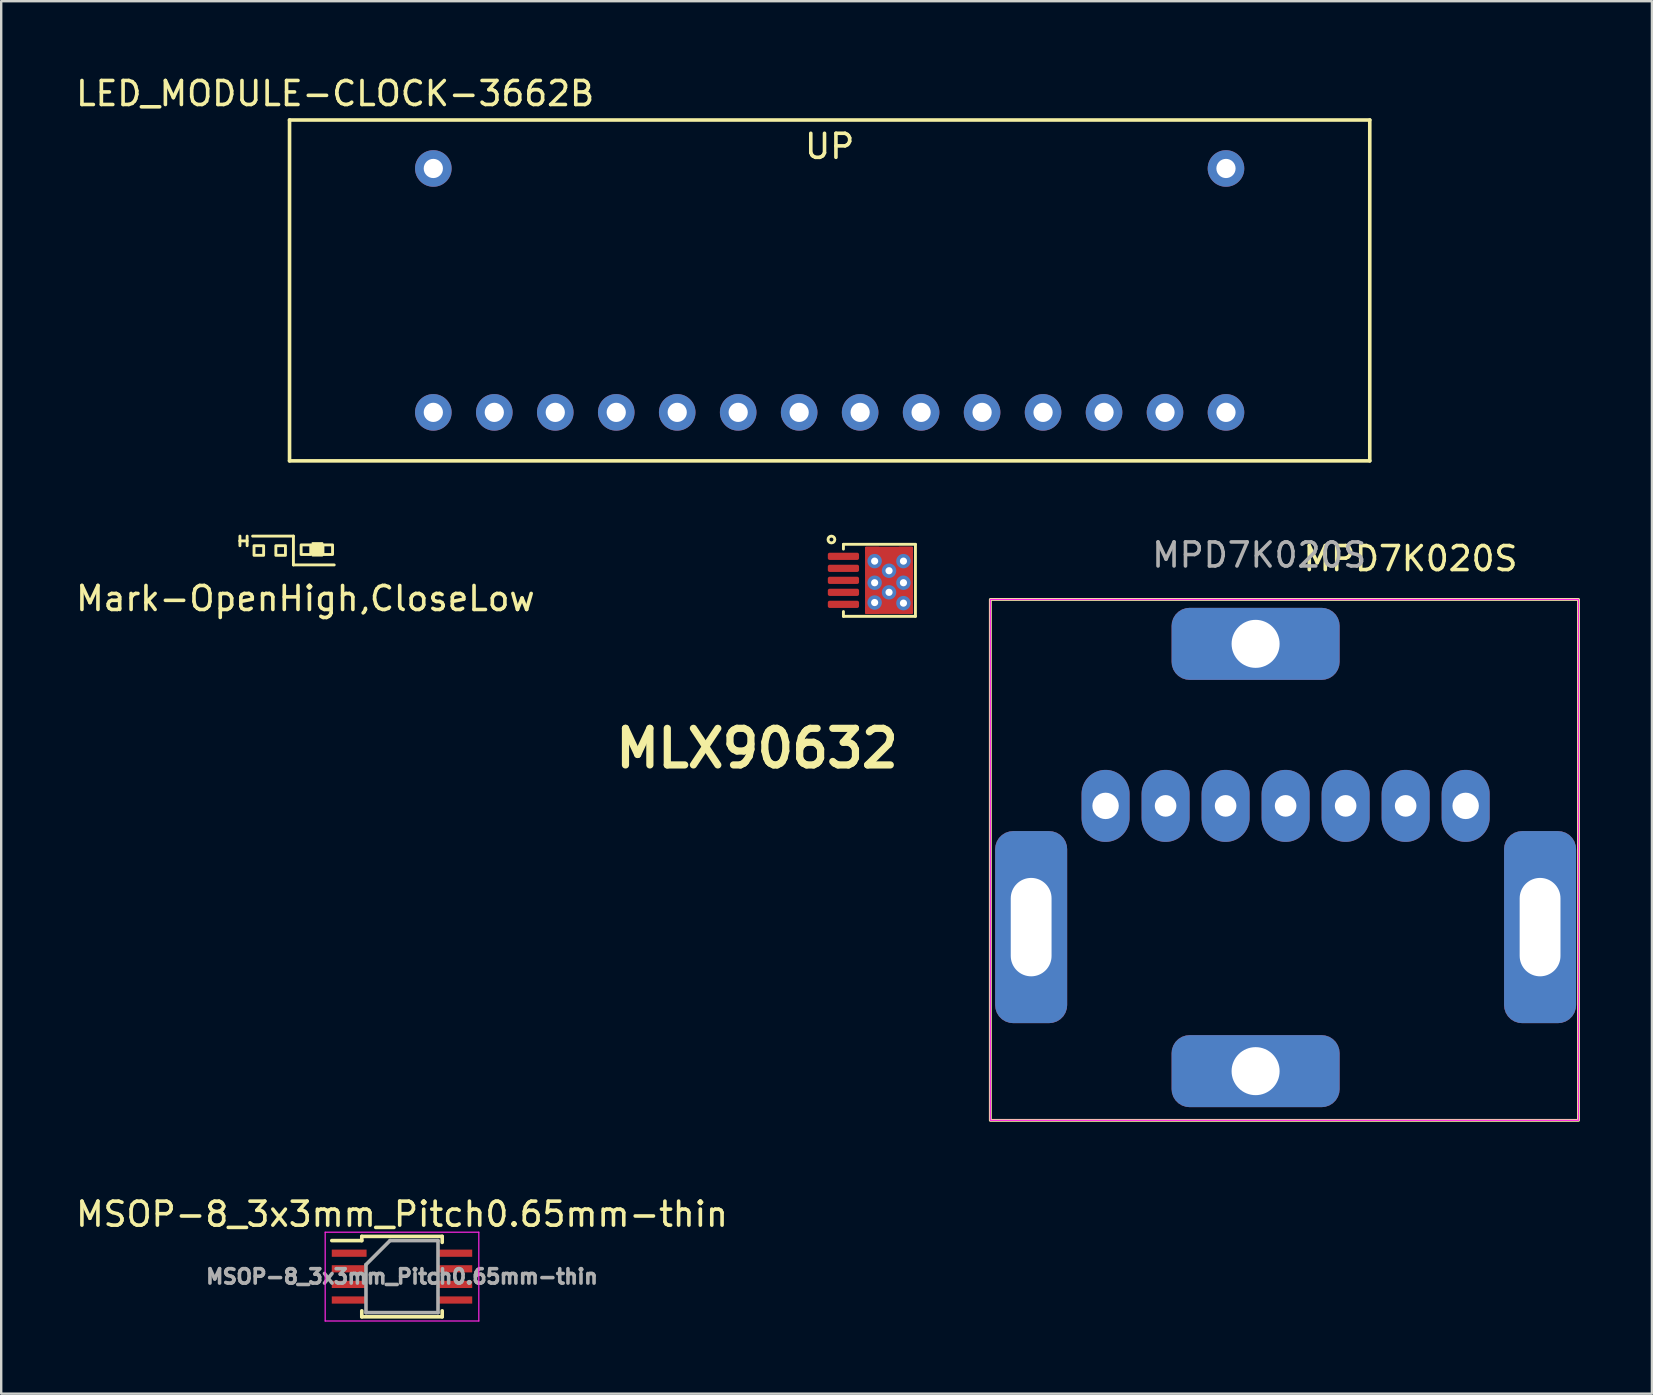
<source format=kicad_pcb>
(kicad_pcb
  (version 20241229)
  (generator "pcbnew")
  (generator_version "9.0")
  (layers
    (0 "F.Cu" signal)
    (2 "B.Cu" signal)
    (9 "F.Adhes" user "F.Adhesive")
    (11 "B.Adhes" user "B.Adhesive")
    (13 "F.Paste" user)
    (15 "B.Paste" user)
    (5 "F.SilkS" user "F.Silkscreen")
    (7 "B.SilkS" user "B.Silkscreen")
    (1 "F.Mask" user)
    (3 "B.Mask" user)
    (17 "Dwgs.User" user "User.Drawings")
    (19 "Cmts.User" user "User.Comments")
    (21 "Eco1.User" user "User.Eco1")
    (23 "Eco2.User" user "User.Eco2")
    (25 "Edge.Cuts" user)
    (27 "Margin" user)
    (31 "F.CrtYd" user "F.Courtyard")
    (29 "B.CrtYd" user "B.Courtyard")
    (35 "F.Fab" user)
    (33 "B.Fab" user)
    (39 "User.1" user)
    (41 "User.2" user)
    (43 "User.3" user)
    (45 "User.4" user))
  (footprint "Mark-OpenHigh,CloseLow"
    (layer "F.Cu")
    (at 9.173 19.883)
    (property "Reference" "Mark-OpenHigh,CloseLow" (at 0.5 2 0) (unlocked yes) (layer "F.SilkS") (effects (font (size 1 1) (thickness 0.15))))
    (attr through_hole)
    (fp_line (start -2.228 -0.4) (end -2.228 -0.6) (stroke (width 0.12) (type solid)) (layer "F.SilkS"))
    (fp_line (start -2.228 -0.4) (end -2.228 -0.2) (stroke (width 0.12) (type solid)) (layer "F.SilkS"))
    (fp_line (start -1.928 -0.6) (end -1.928 -0.2) (stroke (width 0.12) (type solid)) (layer "F.SilkS"))
    (fp_line (start -1.928 -0.4) (end -2.228 -0.4) (stroke (width 0.12) (type solid)) (layer "F.SilkS"))
    (fp_line (start -1.7 -0.6) (end 0 -0.6) (stroke (width 0.12) (type solid)) (layer "F.SilkS"))
    (fp_line (start 0 -0.6) (end 0 0.6) (stroke (width 0.12) (type solid)) (layer "F.SilkS"))
    (fp_line (start 0 0.6) (end 1.7 0.6) (stroke (width 0.12) (type solid)) (layer "F.SilkS"))
    (fp_rect (start -1.641 -0.2) (end -1.241 0.2) (stroke (width 0.12) (type solid)) (fill no) (layer "F.SilkS"))
    (fp_rect (start -0.732 -0.2) (end -0.332 0.2) (stroke (width 0.12) (type solid)) (fill no) (layer "F.SilkS"))
    (fp_rect (start 0.321 -0.235) (end 0.721 0.165) (stroke (width 0.12) (type solid)) (fill no) (layer "F.SilkS"))
    (fp_rect (start 1.23 -0.235) (end 1.63 0.165) (stroke (width 0.12) (type solid)) (fill no) (layer "F.SilkS"))
    (fp_poly (pts (xy 1.2 0.2) (xy 0.8 0.2) (xy 0.8 -0.3) (xy 1.2 -0.3)) (stroke (width 0.1) (type solid)) (fill yes) (layer "F.SilkS")))
  (footprint "MSOP-8_3x3mm_Pitch0.65mm-thin"
    (layer "F.Cu")
    (at 13.696 50.13)
    (property "Reference" "MSOP-8_3x3mm_Pitch0.65mm-thin" (at 0 -2.6 0) (layer "F.SilkS") (effects (font (size 1 1) (thickness 0.15))))
    (attr smd)
    (fp_line (start -1.675 -1.675) (end -1.675 -1.5) (stroke (width 0.15) (type solid)) (layer "F.SilkS"))
    (fp_line (start -1.675 -1.675) (end 1.675 -1.675) (stroke (width 0.15) (type solid)) (layer "F.SilkS"))
    (fp_line (start -1.675 -1.5) (end -2.925 -1.5) (stroke (width 0.15) (type solid)) (layer "F.SilkS"))
    (fp_line (start -1.675 1.675) (end -1.675 1.425) (stroke (width 0.15) (type solid)) (layer "F.SilkS"))
    (fp_line (start -1.675 1.675) (end 1.675 1.675) (stroke (width 0.15) (type solid)) (layer "F.SilkS"))
    (fp_line (start 1.675 -1.675) (end 1.675 -1.425) (stroke (width 0.15) (type solid)) (layer "F.SilkS"))
    (fp_line (start 1.675 1.675) (end 1.675 1.425) (stroke (width 0.15) (type solid)) (layer "F.SilkS"))
    (fp_line (start -3.2 -1.85) (end -3.2 1.85) (stroke (width 0.05) (type solid)) (layer "F.CrtYd"))
    (fp_line (start -3.2 -1.85) (end 3.2 -1.85) (stroke (width 0.05) (type solid)) (layer "F.CrtYd"))
    (fp_line (start -3.2 1.85) (end 3.2 1.85) (stroke (width 0.05) (type solid)) (layer "F.CrtYd"))
    (fp_line (start 3.2 -1.85) (end 3.2 1.85) (stroke (width 0.05) (type solid)) (layer "F.CrtYd"))
    (fp_line (start -1.5 -0.5) (end -0.5 -1.5) (stroke (width 0.15) (type solid)) (layer "F.Fab"))
    (fp_line (start -1.5 1.5) (end -1.5 -0.5) (stroke (width 0.15) (type solid)) (layer "F.Fab"))
    (fp_line (start -0.5 -1.5) (end 1.5 -1.5) (stroke (width 0.15) (type solid)) (layer "F.Fab"))
    (fp_line (start 1.5 -1.5) (end 1.5 1.5) (stroke (width 0.15) (type solid)) (layer "F.Fab"))
    (fp_line (start 1.5 1.5) (end -1.5 1.5) (stroke (width 0.15) (type solid)) (layer "F.Fab"))
    (fp_text user "${REFERENCE}" (at 0 0 0) (layer "F.Fab") (effects (font (size 0.6 0.6) (thickness 0.15))))
    (pad "1" smd rect (at -2.2 -0.975) (size 1.45 0.3) (layers "F.Cu" "F.Mask" "F.Paste"))
    (pad "2" smd rect (at -2.2 -0.325) (size 1.45 0.3) (layers "F.Cu" "F.Mask" "F.Paste"))
    (pad "3" smd rect (at -2.2 0.325) (size 1.45 0.3) (layers "F.Cu" "F.Mask" "F.Paste"))
    (pad "4" smd rect (at -2.2 0.975) (size 1.45 0.3) (layers "F.Cu" "F.Mask" "F.Paste"))
    (pad "5" smd rect (at 2.2 0.975) (size 1.45 0.3) (layers "F.Cu" "F.Mask" "F.Paste"))
    (pad "6" smd rect (at 2.2 0.325) (size 1.45 0.3) (layers "F.Cu" "F.Mask" "F.Paste"))
    (pad "7" smd rect (at 2.2 -0.325) (size 1.45 0.3) (layers "F.Cu" "F.Mask" "F.Paste"))
    (pad "8" smd rect (at 2.2 -0.975) (size 1.45 0.3) (layers "F.Cu" "F.Mask" "F.Paste")))
  (footprint "MLX90632"
    (layer "F.Cu")
    (at 32.485 21.125)
    (property "Reference" "MLX90632" (at -4 7 0) (layer "F.SilkS") (effects (font (size 1.524 1.524) (thickness 0.3))))
    (attr board_only exclude_from_pos_files exclude_from_bom)
    (fp_line (start -0.4 -1.5) (end -0.4 -1.3) (stroke (width 0.12) (type solid)) (layer "F.SilkS"))
    (fp_line (start -0.4 1.5) (end -0.4 1.3) (stroke (width 0.12) (type solid)) (layer "F.SilkS"))
    (fp_line (start 2.6 -1.5) (end -0.4 -1.5) (stroke (width 0.12) (type solid)) (layer "F.SilkS"))
    (fp_line (start 2.6 -1.5) (end 2.6 1.5) (stroke (width 0.12) (type solid)) (layer "F.SilkS"))
    (fp_line (start 2.6 1.5) (end -0.4 1.5) (stroke (width 0.12) (type solid)) (layer "F.SilkS"))
    (fp_circle (center -0.9 -1.7) (end -0.8 -1.6) (stroke (width 0.12) (type solid)) (fill no) (layer "F.SilkS"))
    (pad "1" smd roundrect (at -0.4 -1) (size 1.3 0.3) (layers "F.Cu" "F.Mask" "F.Paste") (roundrect_rratio 0.25))
    (pad "2" smd roundrect (at -0.4 -0.5) (size 1.3 0.3) (layers "F.Cu" "F.Mask" "F.Paste") (roundrect_rratio 0.25))
    (pad "3" smd roundrect (at -0.4 0) (size 1.3 0.3) (layers "F.Cu" "F.Mask" "F.Paste") (roundrect_rratio 0.25))
    (pad "4" smd roundrect (at -0.4 0.5) (size 1.3 0.3) (layers "F.Cu" "F.Mask" "F.Paste") (roundrect_rratio 0.25))
    (pad "5" smd roundrect (at -0.4 1) (size 1.3 0.3) (layers "F.Cu" "F.Mask" "F.Paste") (roundrect_rratio 0.25))
    (pad "6" smd roundrect (at 0.8 -1.25) (size 0.6 0.3) (layers "F.Cu" "F.Mask" "F.Paste") (roundrect_rratio 0.12))
    (pad "6" smd roundrect (at 0.8 -0.35) (size 0.575 0.35) (layers "F.Cu" "F.Mask" "F.Paste") (roundrect_rratio 0.12))
    (pad "6" smd roundrect (at 0.8 0.55) (size 0.575 0.35) (layers "F.Cu" "F.Mask" "F.Paste") (roundrect_rratio 0.12))
    (pad "6" smd roundrect (at 0.8 1.25) (size 0.6 0.3) (layers "F.Cu" "F.Mask" "F.Paste") (roundrect_rratio 0.12))
    (pad "6" thru_hole circle (at 0.9 -0.8) (size 0.6 0.6) (drill 0.3) (layers "*.Cu" "*.Mask"))
    (pad "6" thru_hole circle (at 0.9 0.1) (size 0.6 0.6) (drill 0.3) (layers "*.Cu" "*.Mask"))
    (pad "6" thru_hole circle (at 0.9 0.925) (size 0.6 0.6) (drill 0.3) (layers "*.Cu" "*.Mask"))
    (pad "6" smd roundrect (at 1.5 -0.85) (size 0.6 0.35) (layers "F.Cu" "F.Mask" "F.Paste") (roundrect_rratio 0.4))
    (pad "6" thru_hole circle (at 1.5 -0.4) (size 0.6 0.6) (drill 0.3) (layers "*.Cu" "*.Mask"))
    (pad "6" smd roundrect (at 1.5 0) (size 2 2.8) (layers "F.Cu" "F.Mask") (roundrect_rratio 0.03))
    (pad "6" smd roundrect (at 1.5 0.05) (size 0.6 0.35) (layers "F.Cu" "F.Mask" "F.Paste") (roundrect_rratio 0.4))
    (pad "6" thru_hole circle (at 1.5 0.5) (size 0.6 0.6) (drill 0.3) (layers "*.Cu" "*.Mask"))
    (pad "6" smd roundrect (at 1.5 0.975) (size 0.6 0.35) (layers "F.Cu" "F.Mask" "F.Paste") (roundrect_rratio 0.4))
    (pad "6" thru_hole circle (at 2.1 -0.8) (size 0.6 0.6) (drill 0.3) (layers "*.Cu" "*.Mask"))
    (pad "6" thru_hole circle (at 2.1 0.1) (size 0.6 0.6) (drill 0.3) (layers "*.Cu" "*.Mask"))
    (pad "6" thru_hole circle (at 2.1 0.95) (size 0.6 0.6) (drill 0.3) (layers "*.Cu" "*.Mask"))
    (pad "6" smd roundrect (at 2.2 -1.25) (size 0.6 0.3) (layers "F.Cu" "F.Mask" "F.Paste") (roundrect_rratio 0.12))
    (pad "6" smd roundrect (at 2.2 -0.35) (size 0.6 0.35) (layers "F.Cu" "F.Mask" "F.Paste") (roundrect_rratio 0.12))
    (pad "6" smd roundrect (at 2.2 0.55) (size 0.6 0.4) (layers "F.Cu" "F.Mask" "F.Paste") (roundrect_rratio 0.12))
    (pad "6" smd roundrect (at 2.2 1.25) (size 0.6 0.3) (layers "F.Cu" "F.Mask" "F.Paste") (roundrect_rratio 0.12)))
  (footprint "MPD7K020S"
    (layer "F.Cu")
    (at 43.005 30.521)
    (property "Reference" "MPD7K020S" (at 12.7 -10.3 0) (unlocked yes) (layer "F.SilkS") (effects (font (size 1 1) (thickness 0.15))))
    (attr through_hole)
    (fp_rect (start -4.8 -8.6) (end 19.7 13.1) (stroke (width 0.12) (type default)) (fill no) (layer "F.SilkS"))
    (fp_rect (start -4.8 -8.6) (end 19.7 13.1) (stroke (width 0.05) (type default)) (fill no) (layer "F.CrtYd"))
    (fp_text user "${REFERENCE}" (at 6.4 -10.45 0) (unlocked yes) (layer "F.Fab") (effects (font (size 1 1) (thickness 0.15))))
    (pad "1" thru_hole oval (at 0 0) (size 2 3) (drill 1.1) (layers "*.Cu" "*.Mask"))
    (pad "2" thru_hole oval (at 2.5 0) (size 2 3) (drill 0.9) (layers "*.Cu" "*.Mask"))
    (pad "3" thru_hole oval (at 5 0) (size 2 3) (drill 0.9) (layers "*.Cu" "*.Mask"))
    (pad "4" thru_hole oval (at 7.5 0) (size 2 3) (drill 0.9) (layers "*.Cu" "*.Mask"))
    (pad "5" thru_hole oval (at 10 0) (size 2 3) (drill 0.9) (layers "*.Cu" "*.Mask"))
    (pad "6" thru_hole oval (at 12.5 0) (size 2 3) (drill 0.9) (layers "*.Cu" "*.Mask"))
    (pad "7" thru_hole oval (at 15 0) (size 2 3) (drill 1.1) (layers "*.Cu" "*.Mask"))
    (pad "A" thru_hole roundrect (at -3.1 5.05) (size 3 8) (drill oval 1.7 4.1) (layers "*.Cu" "*.Mask") (roundrect_rratio 0.25))
    (pad "B" thru_hole roundrect (at 6.25 11.05) (size 7 3) (drill 2) (layers "*.Cu" "*.Mask") (roundrect_rratio 0.25))
    (pad "C" thru_hole roundrect (at 18.1 5.05) (size 3 8) (drill oval 1.7 4.1) (layers "*.Cu" "*.Mask") (roundrect_rratio 0.25))
    (pad "D" thru_hole roundrect (at 6.25 -6.75) (size 7 3) (drill 2) (layers "*.Cu" "*.Mask") (roundrect_rratio 0.25)))
  (footprint "LED_MODULE-CLOCK-3662B"
    (layer "F.Cu")
    (at 31.511 9.048)
    (property "Reference" "LED_MODULE-CLOCK-3662B" (at -20.6 -8.2 0) (layer "F.SilkS") (effects (font (size 1 1) (thickness 0.15))))
    (attr through_hole)
    (fp_line (start -22.5 -7.1) (end 22.5 -7.1) (stroke (width 0.15) (type solid)) (layer "F.SilkS"))
    (fp_line (start -22.5 7.1) (end -22.5 -7.1) (stroke (width 0.15) (type solid)) (layer "F.SilkS"))
    (fp_line (start 22.5 -7.1) (end 22.5 7.1) (stroke (width 0.15) (type solid)) (layer "F.SilkS"))
    (fp_line (start 22.5 7.1) (end -22.5 7.1) (stroke (width 0.15) (type solid)) (layer "F.SilkS"))
    (fp_text user "UP" (at 0 -6 0) (layer "F.SilkS") (effects (font (size 1 1) (thickness 0.15))))
    (pad "1" thru_hole circle (at -16.51 5.08) (size 1.524 1.524) (drill 0.8) (layers "*.Cu" "*.Mask"))
    (pad "2" thru_hole circle (at -13.97 5.08) (size 1.524 1.524) (drill 0.8) (layers "*.Cu" "*.Mask"))
    (pad "3" thru_hole circle (at -11.43 5.08) (size 1.524 1.524) (drill 0.8) (layers "*.Cu" "*.Mask"))
    (pad "4" thru_hole circle (at -8.89 5.08) (size 1.524 1.524) (drill 0.8) (layers "*.Cu" "*.Mask"))
    (pad "5" thru_hole circle (at -6.35 5.08) (size 1.524 1.524) (drill 0.8) (layers "*.Cu" "*.Mask"))
    (pad "6" thru_hole circle (at -3.81 5.08) (size 1.524 1.524) (drill 0.8) (layers "*.Cu" "*.Mask"))
    (pad "7" thru_hole circle (at -1.27 5.08) (size 1.524 1.524) (drill 0.8) (layers "*.Cu" "*.Mask"))
    (pad "8" thru_hole circle (at 1.27 5.08) (size 1.524 1.524) (drill 0.8) (layers "*.Cu" "*.Mask"))
    (pad "9" thru_hole circle (at 3.81 5.08) (size 1.524 1.524) (drill 0.8) (layers "*.Cu" "*.Mask"))
    (pad "10" thru_hole circle (at 6.35 5.08) (size 1.524 1.524) (drill 0.8) (layers "*.Cu" "*.Mask"))
    (pad "11" thru_hole circle (at 8.89 5.08) (size 1.524 1.524) (drill 0.8) (layers "*.Cu" "*.Mask"))
    (pad "12" thru_hole circle (at 11.43 5.08) (size 1.524 1.524) (drill 0.8) (layers "*.Cu" "*.Mask"))
    (pad "13" thru_hole circle (at 13.97 5.08) (size 1.524 1.524) (drill 0.8) (layers "*.Cu" "*.Mask"))
    (pad "14" thru_hole circle (at 16.51 5.08) (size 1.524 1.524) (drill 0.8) (layers "*.Cu" "*.Mask"))
    (pad "NC" thru_hole circle (at -16.51 -5.08) (size 1.524 1.524) (drill 0.8) (layers "*.Cu" "*.Mask"))
    (pad "NC" thru_hole circle (at 16.51 -5.08) (size 1.524 1.524) (drill 0.8) (layers "*.Cu" "*.Mask")))
  (gr_rect
    (start -3 -3)
    (end 65.765 55.005)
    (stroke (width 0.1) (type default))
    (fill no)
    (layer "Edge.Cuts")))
</source>
